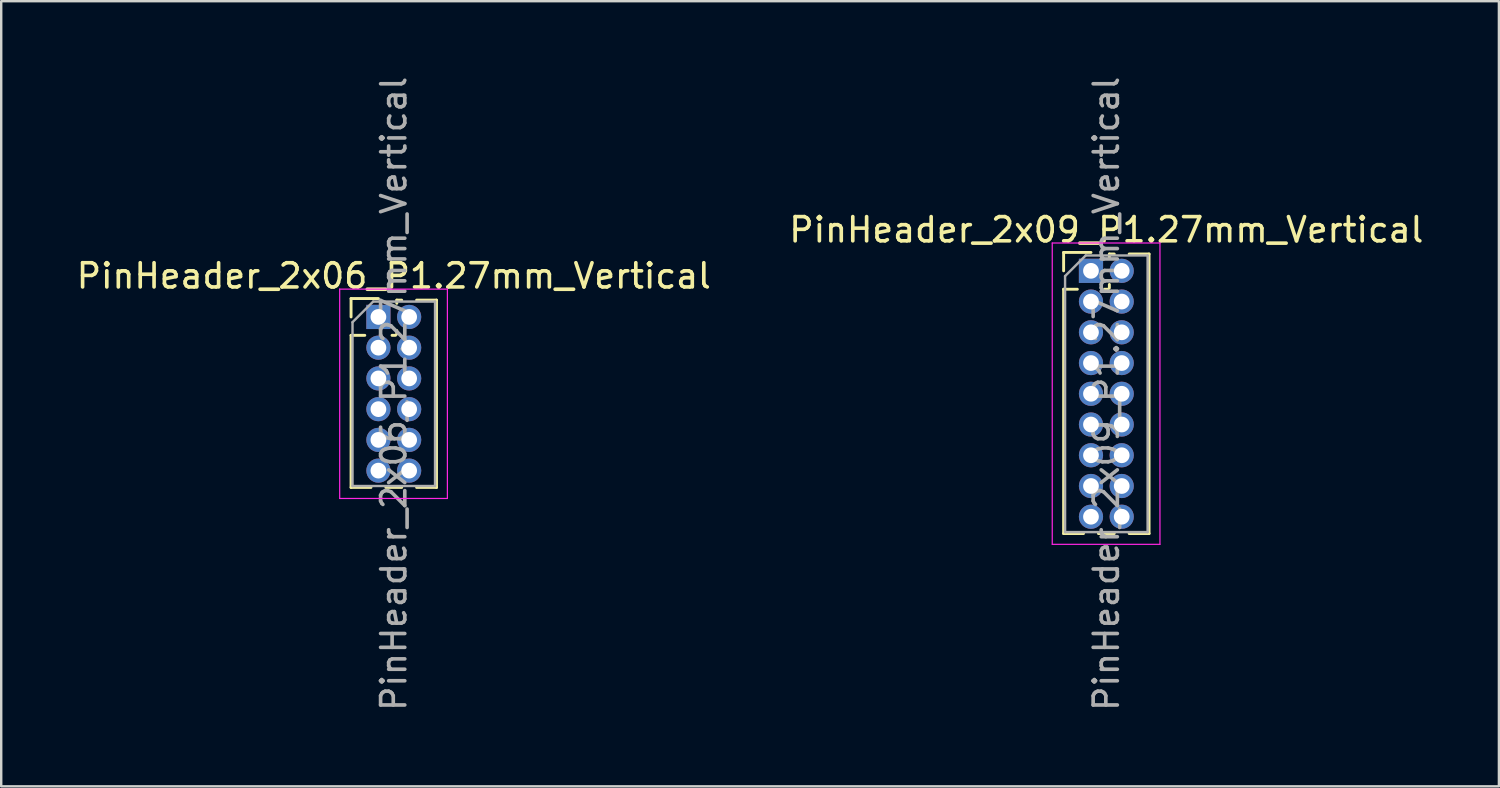
<source format=kicad_pcb>
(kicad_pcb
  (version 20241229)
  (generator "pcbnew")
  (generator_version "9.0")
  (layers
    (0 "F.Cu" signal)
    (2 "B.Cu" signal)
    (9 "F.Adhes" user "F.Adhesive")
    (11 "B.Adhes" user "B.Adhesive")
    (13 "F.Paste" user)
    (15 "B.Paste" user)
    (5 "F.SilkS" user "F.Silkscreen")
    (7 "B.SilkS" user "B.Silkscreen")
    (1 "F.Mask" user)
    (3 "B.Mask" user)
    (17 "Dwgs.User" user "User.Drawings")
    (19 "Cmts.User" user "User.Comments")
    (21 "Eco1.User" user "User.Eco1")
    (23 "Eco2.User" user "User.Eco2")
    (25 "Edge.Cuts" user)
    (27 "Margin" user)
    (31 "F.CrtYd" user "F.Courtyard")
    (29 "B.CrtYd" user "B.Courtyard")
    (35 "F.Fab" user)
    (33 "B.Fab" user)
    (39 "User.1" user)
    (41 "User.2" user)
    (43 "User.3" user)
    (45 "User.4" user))
  (footprint "PinHeader_2x09_P1.27mm_Vertical"
    (layer "F.Cu")
    (at 42.026 8.14)
    (property "Reference" "PinHeader_2x09_P1.27mm_Vertical" (at 0.635 -1.695 0) (layer "F.SilkS") (effects (font (size 1 1) (thickness 0.15))))
    (attr through_hole)
    (fp_line (start -1.13 -0.76) (end 0 -0.76) (stroke (width 0.12) (type solid)) (layer "F.SilkS"))
    (fp_line (start -1.13 0) (end -1.13 -0.76) (stroke (width 0.12) (type solid)) (layer "F.SilkS"))
    (fp_line (start -1.13 0.76) (end -1.13 10.855) (stroke (width 0.12) (type solid)) (layer "F.SilkS"))
    (fp_line (start -1.13 0.76) (end -0.563 0.76) (stroke (width 0.12) (type solid)) (layer "F.SilkS"))
    (fp_line (start -1.13 10.855) (end -0.308 10.855) (stroke (width 0.12) (type solid)) (layer "F.SilkS"))
    (fp_line (start 0.308 10.855) (end 0.962 10.855) (stroke (width 0.12) (type solid)) (layer "F.SilkS"))
    (fp_line (start 0.563 0.76) (end 0.707 0.76) (stroke (width 0.12) (type solid)) (layer "F.SilkS"))
    (fp_line (start 0.76 -0.695) (end 0.962 -0.695) (stroke (width 0.12) (type solid)) (layer "F.SilkS"))
    (fp_line (start 0.76 -0.563) (end 0.76 -0.695) (stroke (width 0.12) (type solid)) (layer "F.SilkS"))
    (fp_line (start 0.76 0.707) (end 0.76 0.563) (stroke (width 0.12) (type solid)) (layer "F.SilkS"))
    (fp_line (start 1.578 -0.695) (end 2.4 -0.695) (stroke (width 0.12) (type solid)) (layer "F.SilkS"))
    (fp_line (start 1.578 10.855) (end 2.4 10.855) (stroke (width 0.12) (type solid)) (layer "F.SilkS"))
    (fp_line (start 2.4 -0.695) (end 2.4 10.855) (stroke (width 0.12) (type solid)) (layer "F.SilkS"))
    (fp_line (start -1.6 -1.15) (end -1.6 11.3) (stroke (width 0.05) (type solid)) (layer "F.CrtYd"))
    (fp_line (start -1.6 11.3) (end 2.85 11.3) (stroke (width 0.05) (type solid)) (layer "F.CrtYd"))
    (fp_line (start 2.85 -1.15) (end -1.6 -1.15) (stroke (width 0.05) (type solid)) (layer "F.CrtYd"))
    (fp_line (start 2.85 11.3) (end 2.85 -1.15) (stroke (width 0.05) (type solid)) (layer "F.CrtYd"))
    (fp_line (start -1.07 0.217) (end -0.217 -0.635) (stroke (width 0.1) (type solid)) (layer "F.Fab"))
    (fp_line (start -1.07 10.795) (end -1.07 0.217) (stroke (width 0.1) (type solid)) (layer "F.Fab"))
    (fp_line (start -0.217 -0.635) (end 2.34 -0.635) (stroke (width 0.1) (type solid)) (layer "F.Fab"))
    (fp_line (start 2.34 -0.635) (end 2.34 10.795) (stroke (width 0.1) (type solid)) (layer "F.Fab"))
    (fp_line (start 2.34 10.795) (end -1.07 10.795) (stroke (width 0.1) (type solid)) (layer "F.Fab"))
    (fp_text user "${REFERENCE}" (at 0.635 5.08 90) (layer "F.Fab") (effects (font (size 1 1) (thickness 0.15))))
    (pad "1" thru_hole rect (at 0 0) (size 1 1) (drill 0.65) (layers "*.Cu" "*.Mask"))
    (pad "2" thru_hole oval (at 1.27 0) (size 1 1) (drill 0.65) (layers "*.Cu" "*.Mask"))
    (pad "3" thru_hole oval (at 0 1.27) (size 1 1) (drill 0.65) (layers "*.Cu" "*.Mask"))
    (pad "4" thru_hole oval (at 1.27 1.27) (size 1 1) (drill 0.65) (layers "*.Cu" "*.Mask"))
    (pad "5" thru_hole oval (at 0 2.54) (size 1 1) (drill 0.65) (layers "*.Cu" "*.Mask"))
    (pad "6" thru_hole oval (at 1.27 2.54) (size 1 1) (drill 0.65) (layers "*.Cu" "*.Mask"))
    (pad "7" thru_hole oval (at 0 3.81) (size 1 1) (drill 0.65) (layers "*.Cu" "*.Mask"))
    (pad "8" thru_hole oval (at 1.27 3.81) (size 1 1) (drill 0.65) (layers "*.Cu" "*.Mask"))
    (pad "9" thru_hole oval (at 0 5.08) (size 1 1) (drill 0.65) (layers "*.Cu" "*.Mask"))
    (pad "10" thru_hole oval (at 1.27 5.08) (size 1 1) (drill 0.65) (layers "*.Cu" "*.Mask"))
    (pad "11" thru_hole oval (at 0 6.35) (size 1 1) (drill 0.65) (layers "*.Cu" "*.Mask"))
    (pad "12" thru_hole oval (at 1.27 6.35) (size 1 1) (drill 0.65) (layers "*.Cu" "*.Mask"))
    (pad "13" thru_hole oval (at 0 7.62) (size 1 1) (drill 0.65) (layers "*.Cu" "*.Mask"))
    (pad "14" thru_hole oval (at 1.27 7.62) (size 1 1) (drill 0.65) (layers "*.Cu" "*.Mask"))
    (pad "15" thru_hole oval (at 0 8.89) (size 1 1) (drill 0.65) (layers "*.Cu" "*.Mask"))
    (pad "16" thru_hole oval (at 1.27 8.89) (size 1 1) (drill 0.65) (layers "*.Cu" "*.Mask"))
    (pad "17" thru_hole oval (at 0 10.16) (size 1 1) (drill 0.65) (layers "*.Cu" "*.Mask"))
    (pad "18" thru_hole oval (at 1.27 10.16) (size 1 1) (drill 0.65) (layers "*.Cu" "*.Mask")))
  (footprint "PinHeader_2x06_P1.27mm_Vertical"
    (layer "F.Cu")
    (at 12.585 10.045)
    (property "Reference" "PinHeader_2x06_P1.27mm_Vertical" (at 0.635 -1.695 0) (layer "F.SilkS") (effects (font (size 1 1) (thickness 0.15))))
    (attr through_hole)
    (fp_line (start -1.13 -0.76) (end 0 -0.76) (stroke (width 0.12) (type solid)) (layer "F.SilkS"))
    (fp_line (start -1.13 0) (end -1.13 -0.76) (stroke (width 0.12) (type solid)) (layer "F.SilkS"))
    (fp_line (start -1.13 0.76) (end -1.13 7.045) (stroke (width 0.12) (type solid)) (layer "F.SilkS"))
    (fp_line (start -1.13 0.76) (end -0.563 0.76) (stroke (width 0.12) (type solid)) (layer "F.SilkS"))
    (fp_line (start -1.13 7.045) (end -0.308 7.045) (stroke (width 0.12) (type solid)) (layer "F.SilkS"))
    (fp_line (start 0.308 7.045) (end 0.962 7.045) (stroke (width 0.12) (type solid)) (layer "F.SilkS"))
    (fp_line (start 0.563 0.76) (end 0.707 0.76) (stroke (width 0.12) (type solid)) (layer "F.SilkS"))
    (fp_line (start 0.76 -0.695) (end 0.962 -0.695) (stroke (width 0.12) (type solid)) (layer "F.SilkS"))
    (fp_line (start 0.76 -0.563) (end 0.76 -0.695) (stroke (width 0.12) (type solid)) (layer "F.SilkS"))
    (fp_line (start 0.76 0.707) (end 0.76 0.563) (stroke (width 0.12) (type solid)) (layer "F.SilkS"))
    (fp_line (start 1.578 -0.695) (end 2.4 -0.695) (stroke (width 0.12) (type solid)) (layer "F.SilkS"))
    (fp_line (start 1.578 7.045) (end 2.4 7.045) (stroke (width 0.12) (type solid)) (layer "F.SilkS"))
    (fp_line (start 2.4 -0.695) (end 2.4 7.045) (stroke (width 0.12) (type solid)) (layer "F.SilkS"))
    (fp_line (start -1.6 -1.15) (end -1.6 7.5) (stroke (width 0.05) (type solid)) (layer "F.CrtYd"))
    (fp_line (start -1.6 7.5) (end 2.85 7.5) (stroke (width 0.05) (type solid)) (layer "F.CrtYd"))
    (fp_line (start 2.85 -1.15) (end -1.6 -1.15) (stroke (width 0.05) (type solid)) (layer "F.CrtYd"))
    (fp_line (start 2.85 7.5) (end 2.85 -1.15) (stroke (width 0.05) (type solid)) (layer "F.CrtYd"))
    (fp_line (start -1.07 0.217) (end -0.217 -0.635) (stroke (width 0.1) (type solid)) (layer "F.Fab"))
    (fp_line (start -1.07 6.985) (end -1.07 0.217) (stroke (width 0.1) (type solid)) (layer "F.Fab"))
    (fp_line (start -0.217 -0.635) (end 2.34 -0.635) (stroke (width 0.1) (type solid)) (layer "F.Fab"))
    (fp_line (start 2.34 -0.635) (end 2.34 6.985) (stroke (width 0.1) (type solid)) (layer "F.Fab"))
    (fp_line (start 2.34 6.985) (end -1.07 6.985) (stroke (width 0.1) (type solid)) (layer "F.Fab"))
    (fp_text user "${REFERENCE}" (at 0.635 3.175 90) (layer "F.Fab") (effects (font (size 1 1) (thickness 0.15))))
    (pad "1" thru_hole rect (at 0 0) (size 1 1) (drill 0.65) (layers "*.Cu" "*.Mask"))
    (pad "2" thru_hole oval (at 1.27 0) (size 1 1) (drill 0.65) (layers "*.Cu" "*.Mask"))
    (pad "3" thru_hole oval (at 0 1.27) (size 1 1) (drill 0.65) (layers "*.Cu" "*.Mask"))
    (pad "4" thru_hole oval (at 1.27 1.27) (size 1 1) (drill 0.65) (layers "*.Cu" "*.Mask"))
    (pad "5" thru_hole oval (at 0 2.54) (size 1 1) (drill 0.65) (layers "*.Cu" "*.Mask"))
    (pad "6" thru_hole oval (at 1.27 2.54) (size 1 1) (drill 0.65) (layers "*.Cu" "*.Mask"))
    (pad "7" thru_hole oval (at 0 3.81) (size 1 1) (drill 0.65) (layers "*.Cu" "*.Mask"))
    (pad "8" thru_hole oval (at 1.27 3.81) (size 1 1) (drill 0.65) (layers "*.Cu" "*.Mask"))
    (pad "9" thru_hole oval (at 0 5.08) (size 1 1) (drill 0.65) (layers "*.Cu" "*.Mask"))
    (pad "10" thru_hole oval (at 1.27 5.08) (size 1 1) (drill 0.65) (layers "*.Cu" "*.Mask"))
    (pad "11" thru_hole oval (at 0 6.35) (size 1 1) (drill 0.65) (layers "*.Cu" "*.Mask"))
    (pad "12" thru_hole oval (at 1.27 6.35) (size 1 1) (drill 0.65) (layers "*.Cu" "*.Mask")))
  (gr_rect
    (start -3 -3)
    (end 58.881 29.44)
    (stroke (width 0.1) (type default))
    (fill no)
    (layer "Edge.Cuts")))
</source>
